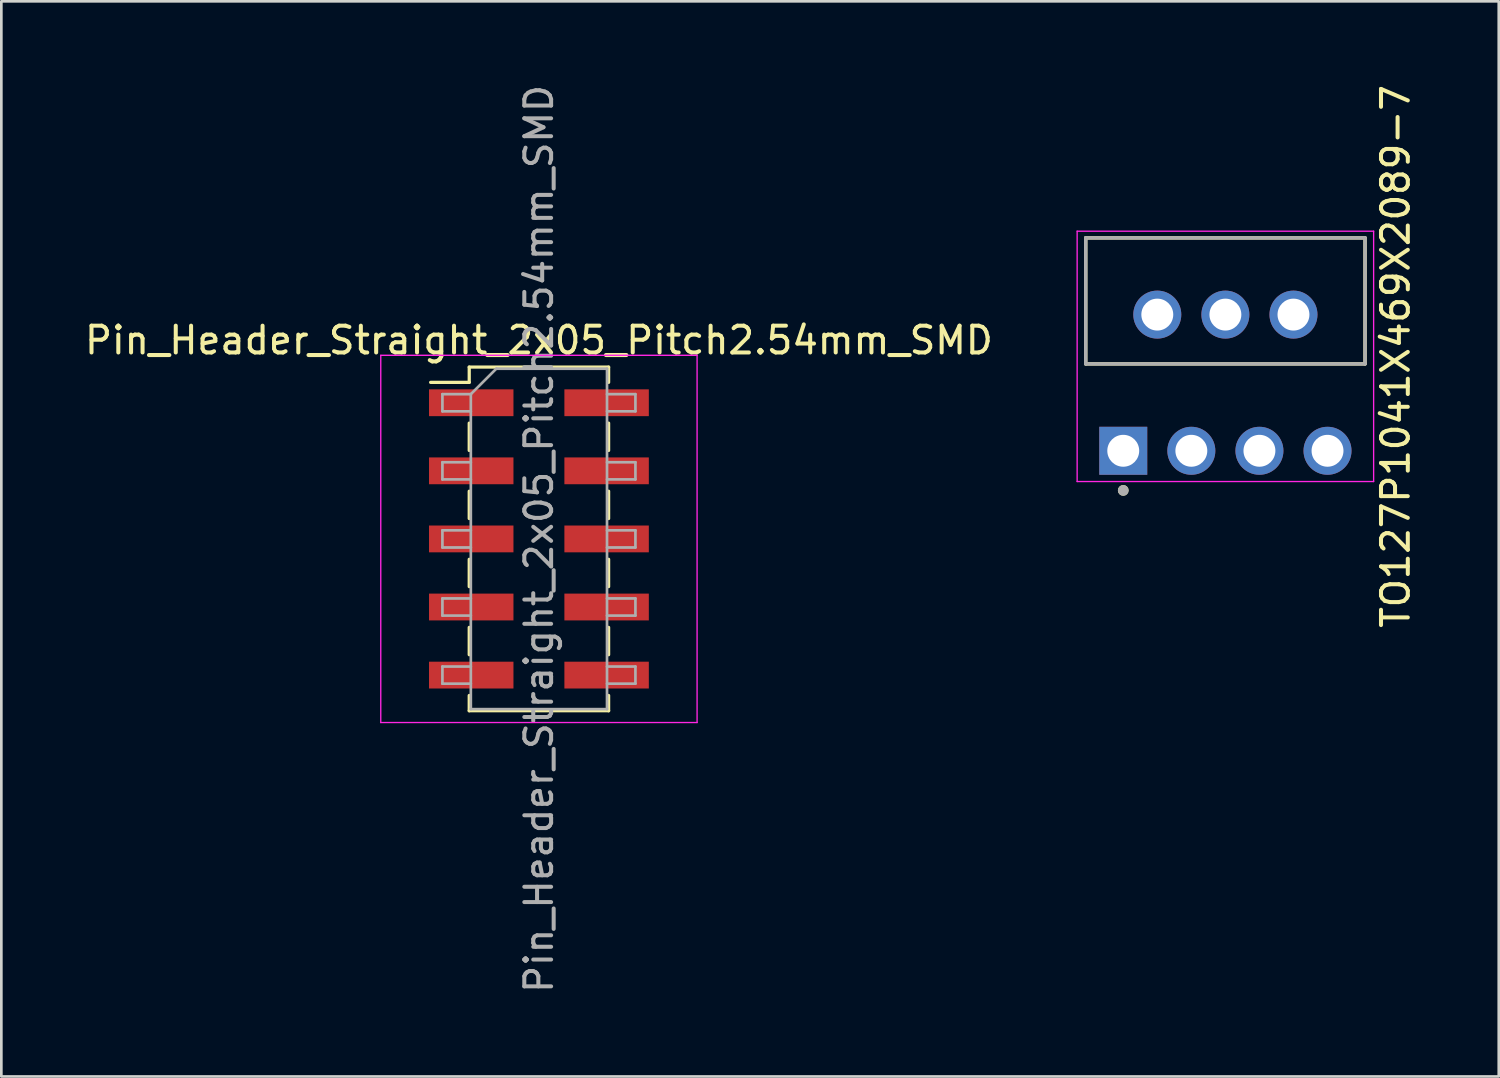
<source format=kicad_pcb>
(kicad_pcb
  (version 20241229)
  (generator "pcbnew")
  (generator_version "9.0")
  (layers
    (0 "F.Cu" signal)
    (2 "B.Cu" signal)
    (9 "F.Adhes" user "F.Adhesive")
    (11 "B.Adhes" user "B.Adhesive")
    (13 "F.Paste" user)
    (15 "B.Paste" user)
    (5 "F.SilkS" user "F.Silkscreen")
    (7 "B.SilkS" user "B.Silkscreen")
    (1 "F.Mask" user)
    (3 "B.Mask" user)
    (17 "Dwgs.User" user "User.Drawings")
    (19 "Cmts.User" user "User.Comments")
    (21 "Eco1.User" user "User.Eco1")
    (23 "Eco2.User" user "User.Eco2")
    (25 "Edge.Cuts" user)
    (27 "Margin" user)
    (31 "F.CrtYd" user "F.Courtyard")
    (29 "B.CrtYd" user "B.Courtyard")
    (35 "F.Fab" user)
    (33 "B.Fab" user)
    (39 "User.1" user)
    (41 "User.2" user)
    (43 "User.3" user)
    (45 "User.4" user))
  (footprint "TO127P1041X469X2089-7"
    (layer "F.Cu")
    (at 42.662 10.244)
    (property "Reference" "TO127P1041X469X2089-7" (at 6.35 0 270) (layer "F.SilkS") (effects (font (size 1 1) (thickness 0.15))))
    (attr through_hole)
    (fp_line (start -5.21 -4.42) (end -5.21 0.28) (stroke (width 0.127) (type solid)) (layer "F.SilkS"))
    (fp_line (start -5.21 0.28) (end 5.21 0.28) (stroke (width 0.127) (type solid)) (layer "F.SilkS"))
    (fp_line (start 5.21 -4.42) (end -5.21 -4.42) (stroke (width 0.127) (type solid)) (layer "F.SilkS"))
    (fp_line (start 5.21 0.28) (end 5.21 -4.42) (stroke (width 0.127) (type solid)) (layer "F.SilkS"))
    (fp_circle (center -3.81 5) (end -3.71 5) (stroke (width 0.2) (type solid)) (fill no) (layer "F.SilkS"))
    (fp_line (start -5.53 -4.67) (end 5.53 -4.67) (stroke (width 0.05) (type solid)) (layer "F.CrtYd"))
    (fp_line (start -5.53 4.67) (end -5.53 -4.67) (stroke (width 0.05) (type solid)) (layer "F.CrtYd"))
    (fp_line (start 5.53 -4.67) (end 5.53 4.67) (stroke (width 0.05) (type solid)) (layer "F.CrtYd"))
    (fp_line (start 5.53 4.67) (end -5.53 4.67) (stroke (width 0.05) (type solid)) (layer "F.CrtYd"))
    (fp_line (start -5.21 -4.42) (end -5.21 0.28) (stroke (width 0.127) (type solid)) (layer "F.Fab"))
    (fp_line (start -5.21 0.28) (end 5.21 0.28) (stroke (width 0.127) (type solid)) (layer "F.Fab"))
    (fp_line (start 5.21 -4.42) (end -5.21 -4.42) (stroke (width 0.127) (type solid)) (layer "F.Fab"))
    (fp_line (start 5.21 0.28) (end 5.21 -4.42) (stroke (width 0.127) (type solid)) (layer "F.Fab"))
    (fp_circle (center -3.81 5) (end -3.71 5) (stroke (width 0.2) (type solid)) (fill no) (layer "F.Fab"))
    (pad "1" thru_hole rect (at -3.81 3.522) (size 1.79 1.79) (drill 1.19) (layers "*.Cu" "*.Mask"))
    (pad "2" thru_hole circle (at -2.54 -1.558) (size 1.79 1.79) (drill 1.19) (layers "*.Cu" "*.Mask"))
    (pad "3" thru_hole circle (at -1.27 3.522) (size 1.79 1.79) (drill 1.19) (layers "*.Cu" "*.Mask"))
    (pad "4" thru_hole circle (at 0 -1.558) (size 1.79 1.79) (drill 1.19) (layers "*.Cu" "*.Mask"))
    (pad "5" thru_hole circle (at 1.27 3.522) (size 1.79 1.79) (drill 1.19) (layers "*.Cu" "*.Mask"))
    (pad "6" thru_hole circle (at 2.54 -1.558) (size 1.79 1.79) (drill 1.19) (layers "*.Cu" "*.Mask"))
    (pad "7" thru_hole circle (at 3.81 3.522) (size 1.79 1.79) (drill 1.19) (layers "*.Cu" "*.Mask")))
  (footprint "Pin_Header_Straight_2x05_Pitch2.54mm_SMD"
    (layer "F.Cu")
    (at 17.054 17.054)
    (property "Reference" "Pin_Header_Straight_2x05_Pitch2.54mm_SMD" (at 0 -7.41 180) (layer "F.SilkS") (effects (font (size 1 1) (thickness 0.15))))
    (attr smd)
    (fp_line (start -4.04 -5.84) (end -2.6 -5.84) (stroke (width 0.12) (type solid)) (layer "F.SilkS"))
    (fp_line (start -2.6 -6.41) (end -2.6 -5.84) (stroke (width 0.12) (type solid)) (layer "F.SilkS"))
    (fp_line (start -2.6 -6.41) (end 2.6 -6.41) (stroke (width 0.12) (type solid)) (layer "F.SilkS"))
    (fp_line (start -2.6 -4.32) (end -2.6 -3.3) (stroke (width 0.12) (type solid)) (layer "F.SilkS"))
    (fp_line (start -2.6 -1.78) (end -2.6 -0.76) (stroke (width 0.12) (type solid)) (layer "F.SilkS"))
    (fp_line (start -2.6 0.76) (end -2.6 1.78) (stroke (width 0.12) (type solid)) (layer "F.SilkS"))
    (fp_line (start -2.6 3.3) (end -2.6 4.32) (stroke (width 0.12) (type solid)) (layer "F.SilkS"))
    (fp_line (start -2.6 5.84) (end -2.6 6.41) (stroke (width 0.12) (type solid)) (layer "F.SilkS"))
    (fp_line (start -2.6 6.41) (end 2.6 6.41) (stroke (width 0.12) (type solid)) (layer "F.SilkS"))
    (fp_line (start 2.6 -6.41) (end 2.6 -5.84) (stroke (width 0.12) (type solid)) (layer "F.SilkS"))
    (fp_line (start 2.6 -4.32) (end 2.6 -3.3) (stroke (width 0.12) (type solid)) (layer "F.SilkS"))
    (fp_line (start 2.6 -1.78) (end 2.6 -0.76) (stroke (width 0.12) (type solid)) (layer "F.SilkS"))
    (fp_line (start 2.6 0.76) (end 2.6 1.78) (stroke (width 0.12) (type solid)) (layer "F.SilkS"))
    (fp_line (start 2.6 3.3) (end 2.6 4.32) (stroke (width 0.12) (type solid)) (layer "F.SilkS"))
    (fp_line (start 2.6 5.84) (end 2.6 6.41) (stroke (width 0.12) (type solid)) (layer "F.SilkS"))
    (fp_line (start -5.9 -6.85) (end -5.9 6.85) (stroke (width 0.05) (type solid)) (layer "F.CrtYd"))
    (fp_line (start -5.9 6.85) (end 5.9 6.85) (stroke (width 0.05) (type solid)) (layer "F.CrtYd"))
    (fp_line (start 5.9 -6.85) (end -5.9 -6.85) (stroke (width 0.05) (type solid)) (layer "F.CrtYd"))
    (fp_line (start 5.9 6.85) (end 5.9 -6.85) (stroke (width 0.05) (type solid)) (layer "F.CrtYd"))
    (fp_line (start -3.6 -5.4) (end -3.6 -4.76) (stroke (width 0.1) (type solid)) (layer "F.Fab"))
    (fp_line (start -3.6 -4.76) (end -2.54 -4.76) (stroke (width 0.1) (type solid)) (layer "F.Fab"))
    (fp_line (start -3.6 -2.86) (end -3.6 -2.22) (stroke (width 0.1) (type solid)) (layer "F.Fab"))
    (fp_line (start -3.6 -2.22) (end -2.54 -2.22) (stroke (width 0.1) (type solid)) (layer "F.Fab"))
    (fp_line (start -3.6 -0.32) (end -3.6 0.32) (stroke (width 0.1) (type solid)) (layer "F.Fab"))
    (fp_line (start -3.6 0.32) (end -2.54 0.32) (stroke (width 0.1) (type solid)) (layer "F.Fab"))
    (fp_line (start -3.6 2.22) (end -3.6 2.86) (stroke (width 0.1) (type solid)) (layer "F.Fab"))
    (fp_line (start -3.6 2.86) (end -2.54 2.86) (stroke (width 0.1) (type solid)) (layer "F.Fab"))
    (fp_line (start -3.6 4.76) (end -3.6 5.4) (stroke (width 0.1) (type solid)) (layer "F.Fab"))
    (fp_line (start -3.6 5.4) (end -2.54 5.4) (stroke (width 0.1) (type solid)) (layer "F.Fab"))
    (fp_line (start -2.54 -5.4) (end -3.6 -5.4) (stroke (width 0.1) (type solid)) (layer "F.Fab"))
    (fp_line (start -2.54 -5.4) (end -1.59 -6.35) (stroke (width 0.1) (type solid)) (layer "F.Fab"))
    (fp_line (start -2.54 -2.86) (end -3.6 -2.86) (stroke (width 0.1) (type solid)) (layer "F.Fab"))
    (fp_line (start -2.54 -0.32) (end -3.6 -0.32) (stroke (width 0.1) (type solid)) (layer "F.Fab"))
    (fp_line (start -2.54 2.22) (end -3.6 2.22) (stroke (width 0.1) (type solid)) (layer "F.Fab"))
    (fp_line (start -2.54 4.76) (end -3.6 4.76) (stroke (width 0.1) (type solid)) (layer "F.Fab"))
    (fp_line (start -2.54 6.35) (end -2.54 -5.4) (stroke (width 0.1) (type solid)) (layer "F.Fab"))
    (fp_line (start -1.59 -6.35) (end 2.54 -6.35) (stroke (width 0.1) (type solid)) (layer "F.Fab"))
    (fp_line (start 2.54 -6.35) (end 2.54 6.35) (stroke (width 0.1) (type solid)) (layer "F.Fab"))
    (fp_line (start 2.54 -5.4) (end 3.6 -5.4) (stroke (width 0.1) (type solid)) (layer "F.Fab"))
    (fp_line (start 2.54 -2.86) (end 3.6 -2.86) (stroke (width 0.1) (type solid)) (layer "F.Fab"))
    (fp_line (start 2.54 -0.32) (end 3.6 -0.32) (stroke (width 0.1) (type solid)) (layer "F.Fab"))
    (fp_line (start 2.54 2.22) (end 3.6 2.22) (stroke (width 0.1) (type solid)) (layer "F.Fab"))
    (fp_line (start 2.54 4.76) (end 3.6 4.76) (stroke (width 0.1) (type solid)) (layer "F.Fab"))
    (fp_line (start 2.54 6.35) (end -2.54 6.35) (stroke (width 0.1) (type solid)) (layer "F.Fab"))
    (fp_line (start 3.6 -5.4) (end 3.6 -4.76) (stroke (width 0.1) (type solid)) (layer "F.Fab"))
    (fp_line (start 3.6 -4.76) (end 2.54 -4.76) (stroke (width 0.1) (type solid)) (layer "F.Fab"))
    (fp_line (start 3.6 -2.86) (end 3.6 -2.22) (stroke (width 0.1) (type solid)) (layer "F.Fab"))
    (fp_line (start 3.6 -2.22) (end 2.54 -2.22) (stroke (width 0.1) (type solid)) (layer "F.Fab"))
    (fp_line (start 3.6 -0.32) (end 3.6 0.32) (stroke (width 0.1) (type solid)) (layer "F.Fab"))
    (fp_line (start 3.6 0.32) (end 2.54 0.32) (stroke (width 0.1) (type solid)) (layer "F.Fab"))
    (fp_line (start 3.6 2.22) (end 3.6 2.86) (stroke (width 0.1) (type solid)) (layer "F.Fab"))
    (fp_line (start 3.6 2.86) (end 2.54 2.86) (stroke (width 0.1) (type solid)) (layer "F.Fab"))
    (fp_line (start 3.6 4.76) (end 3.6 5.4) (stroke (width 0.1) (type solid)) (layer "F.Fab"))
    (fp_line (start 3.6 5.4) (end 2.54 5.4) (stroke (width 0.1) (type solid)) (layer "F.Fab"))
    (fp_text user "${REFERENCE}" (at 0 0 270) (layer "F.Fab") (effects (font (size 1 1) (thickness 0.15))))
    (pad "1" smd rect (at -2.525 -5.08) (size 3.15 1) (layers "F.Cu" "F.Mask" "F.Paste"))
    (pad "2" smd rect (at 2.525 -5.08) (size 3.15 1) (layers "F.Cu" "F.Mask" "F.Paste"))
    (pad "3" smd rect (at -2.525 -2.54) (size 3.15 1) (layers "F.Cu" "F.Mask" "F.Paste"))
    (pad "4" smd rect (at 2.525 -2.54) (size 3.15 1) (layers "F.Cu" "F.Mask" "F.Paste"))
    (pad "5" smd rect (at -2.525 0) (size 3.15 1) (layers "F.Cu" "F.Mask" "F.Paste"))
    (pad "6" smd rect (at 2.525 0) (size 3.15 1) (layers "F.Cu" "F.Mask" "F.Paste"))
    (pad "7" smd rect (at -2.525 2.54) (size 3.15 1) (layers "F.Cu" "F.Mask" "F.Paste"))
    (pad "8" smd rect (at 2.525 2.54) (size 3.15 1) (layers "F.Cu" "F.Mask" "F.Paste"))
    (pad "9" smd rect (at -2.525 5.08) (size 3.15 1) (layers "F.Cu" "F.Mask" "F.Paste"))
    (pad "10" smd rect (at 2.525 5.08) (size 3.15 1) (layers "F.Cu" "F.Mask" "F.Paste")))
  (gr_rect
    (start -3 -3)
    (end 52.86 37.107)
    (stroke (width 0.1) (type default))
    (fill no)
    (layer "Edge.Cuts")))
</source>
